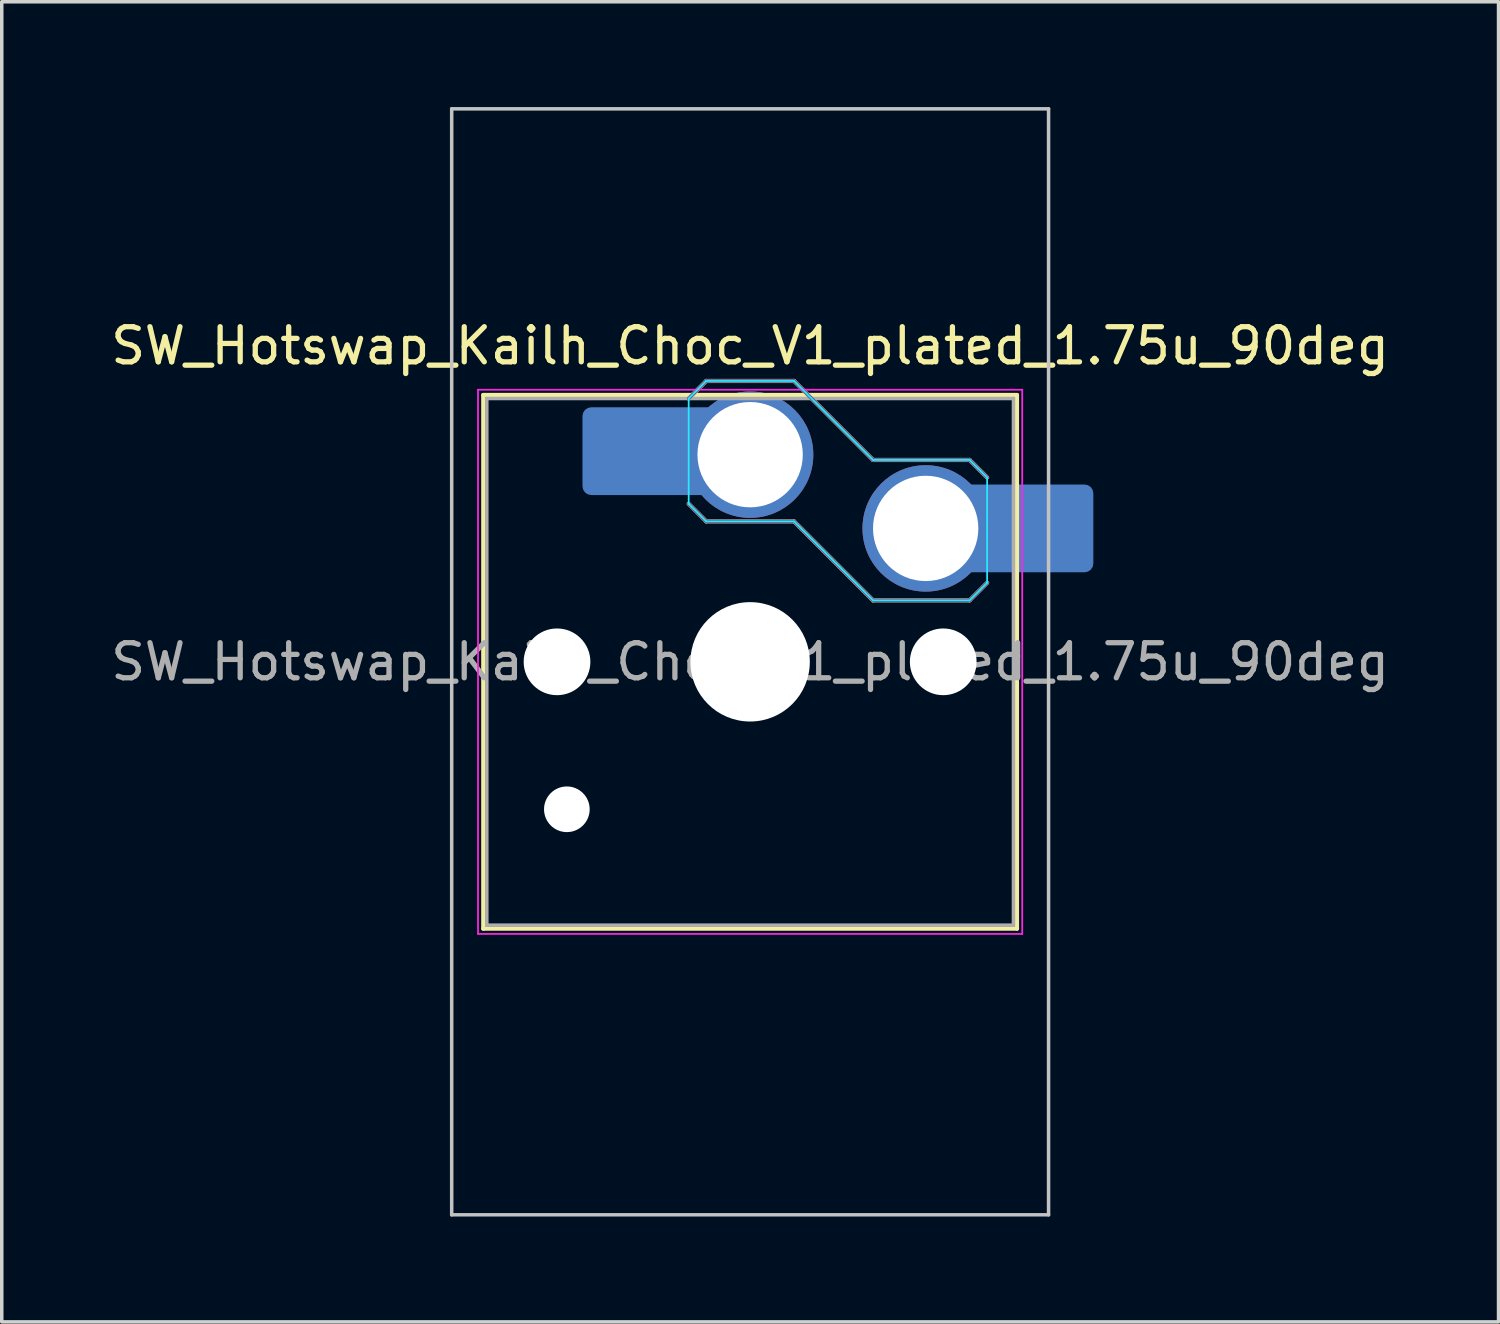
<source format=kicad_pcb>
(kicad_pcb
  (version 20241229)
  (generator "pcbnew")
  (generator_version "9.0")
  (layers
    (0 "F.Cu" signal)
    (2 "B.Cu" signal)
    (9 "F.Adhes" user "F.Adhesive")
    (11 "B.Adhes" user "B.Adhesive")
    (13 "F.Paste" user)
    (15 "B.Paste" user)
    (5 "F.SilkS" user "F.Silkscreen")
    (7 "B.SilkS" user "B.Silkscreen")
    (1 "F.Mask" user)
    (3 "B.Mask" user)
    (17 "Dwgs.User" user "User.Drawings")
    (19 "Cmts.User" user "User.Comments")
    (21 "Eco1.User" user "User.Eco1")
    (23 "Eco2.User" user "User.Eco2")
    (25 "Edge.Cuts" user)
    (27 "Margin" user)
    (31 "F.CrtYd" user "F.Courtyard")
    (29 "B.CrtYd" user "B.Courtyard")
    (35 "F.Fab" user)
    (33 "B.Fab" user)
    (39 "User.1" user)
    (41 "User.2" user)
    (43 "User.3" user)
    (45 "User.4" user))
  (footprint "SW_Hotswap_Kailh_Choc_V1_plated_1.75u_90deg"
    (layer "F.Cu")
    (at 18.315 15.8)
    (property "Reference" "SW_Hotswap_Kailh_Choc_V1_plated_1.75u_90deg" (at 0 -9 0) (layer "F.SilkS") (effects (font (size 1 1) (thickness 0.15))))
    (attr smd)
    (fp_line (start -7.6 -7.6) (end -7.6 7.6) (stroke (width 0.12) (type solid)) (layer "F.SilkS"))
    (fp_line (start -7.6 7.6) (end 7.6 7.6) (stroke (width 0.12) (type solid)) (layer "F.SilkS"))
    (fp_line (start 7.6 -7.6) (end -7.6 -7.6) (stroke (width 0.12) (type solid)) (layer "F.SilkS"))
    (fp_line (start 7.6 7.6) (end 7.6 -7.6) (stroke (width 0.12) (type solid)) (layer "F.SilkS"))
    (fp_line (start -1.75 -7.5) (end -1.25 -8) (stroke (width 0.12) (type solid)) (layer "B.SilkS"))
    (fp_line (start -1.25 -8) (end 1.25 -8) (stroke (width 0.12) (type solid)) (layer "B.SilkS"))
    (fp_line (start -1.25 -4) (end -1.75 -4.5) (stroke (width 0.12) (type solid)) (layer "B.SilkS"))
    (fp_line (start 1.25 -8) (end 3.5 -5.75) (stroke (width 0.12) (type solid)) (layer "B.SilkS"))
    (fp_line (start 1.25 -4) (end -1.25 -4) (stroke (width 0.12) (type solid)) (layer "B.SilkS"))
    (fp_line (start 3.5 -5.75) (end 6.25 -5.75) (stroke (width 0.12) (type solid)) (layer "B.SilkS"))
    (fp_line (start 3.5 -1.75) (end 1.25 -4) (stroke (width 0.12) (type solid)) (layer "B.SilkS"))
    (fp_line (start 6.25 -5.75) (end 6.75 -5.25) (stroke (width 0.12) (type solid)) (layer "B.SilkS"))
    (fp_line (start 6.25 -1.75) (end 3.5 -1.75) (stroke (width 0.12) (type solid)) (layer "B.SilkS"))
    (fp_line (start 6.75 -2.25) (end 6.25 -1.75) (stroke (width 0.12) (type solid)) (layer "B.SilkS"))
    (fp_line (start -8.5 -15.75) (end 8.5 -15.75) (stroke (width 0.1) (type solid)) (layer "Dwgs.User"))
    (fp_line (start -8.5 15.75) (end -8.5 -15.75) (stroke (width 0.1) (type solid)) (layer "Dwgs.User"))
    (fp_line (start 8.5 -15.75) (end 8.5 15.75) (stroke (width 0.1) (type solid)) (layer "Dwgs.User"))
    (fp_line (start 8.5 15.75) (end -8.5 15.75) (stroke (width 0.1) (type solid)) (layer "Dwgs.User"))
    (fp_line (start -7.25 -7.25) (end -7.25 7.25) (stroke (width 0.1) (type solid)) (layer "Eco1.User"))
    (fp_line (start -7.25 7.25) (end 7.25 7.25) (stroke (width 0.1) (type solid)) (layer "Eco1.User"))
    (fp_line (start 7.25 -7.25) (end -7.25 -7.25) (stroke (width 0.1) (type solid)) (layer "Eco1.User"))
    (fp_line (start 7.25 7.25) (end 7.25 -7.25) (stroke (width 0.1) (type solid)) (layer "Eco1.User"))
    (fp_line (start -1.75 -7.5) (end -1.25 -8) (stroke (width 0.05) (type solid)) (layer "B.CrtYd"))
    (fp_line (start -1.75 -4.5) (end -1.75 -7.5) (stroke (width 0.05) (type solid)) (layer "B.CrtYd"))
    (fp_line (start -1.25 -8) (end 1.25 -8) (stroke (width 0.05) (type solid)) (layer "B.CrtYd"))
    (fp_line (start -1.25 -4) (end -1.75 -4.5) (stroke (width 0.05) (type solid)) (layer "B.CrtYd"))
    (fp_line (start 1.25 -8) (end 3.5 -5.75) (stroke (width 0.05) (type solid)) (layer "B.CrtYd"))
    (fp_line (start 1.25 -4) (end -1.25 -4) (stroke (width 0.05) (type solid)) (layer "B.CrtYd"))
    (fp_line (start 3.5 -5.75) (end 6.25 -5.75) (stroke (width 0.05) (type solid)) (layer "B.CrtYd"))
    (fp_line (start 3.5 -1.75) (end 1.25 -4) (stroke (width 0.05) (type solid)) (layer "B.CrtYd"))
    (fp_line (start 6.25 -5.75) (end 6.75 -5.25) (stroke (width 0.05) (type solid)) (layer "B.CrtYd"))
    (fp_line (start 6.25 -1.75) (end 3.5 -1.75) (stroke (width 0.05) (type solid)) (layer "B.CrtYd"))
    (fp_line (start 6.75 -5.25) (end 6.75 -2.25) (stroke (width 0.05) (type solid)) (layer "B.CrtYd"))
    (fp_line (start 6.75 -2.25) (end 6.25 -1.75) (stroke (width 0.05) (type solid)) (layer "B.CrtYd"))
    (fp_line (start -7.75 -7.75) (end -7.75 7.75) (stroke (width 0.05) (type solid)) (layer "F.CrtYd"))
    (fp_line (start -7.75 7.75) (end 7.75 7.75) (stroke (width 0.05) (type solid)) (layer "F.CrtYd"))
    (fp_line (start 7.75 -7.75) (end -7.75 -7.75) (stroke (width 0.05) (type solid)) (layer "F.CrtYd"))
    (fp_line (start 7.75 7.75) (end 7.75 -7.75) (stroke (width 0.05) (type solid)) (layer "F.CrtYd"))
    (fp_line (start -1.75 -7.5) (end -1.25 -8) (stroke (width 0.1) (type solid)) (layer "B.Fab"))
    (fp_line (start -1.25 -8) (end 1.25 -8) (stroke (width 0.1) (type solid)) (layer "B.Fab"))
    (fp_line (start -1.25 -4) (end -1.75 -4.5) (stroke (width 0.1) (type solid)) (layer "B.Fab"))
    (fp_line (start 1.25 -8) (end 3.5 -5.75) (stroke (width 0.1) (type solid)) (layer "B.Fab"))
    (fp_line (start 1.25 -4) (end -1.25 -4) (stroke (width 0.1) (type solid)) (layer "B.Fab"))
    (fp_line (start 3.5 -5.75) (end 6.25 -5.75) (stroke (width 0.1) (type solid)) (layer "B.Fab"))
    (fp_line (start 3.5 -1.75) (end 1.25 -4) (stroke (width 0.1) (type solid)) (layer "B.Fab"))
    (fp_line (start 6.25 -5.75) (end 6.75 -5.25) (stroke (width 0.1) (type solid)) (layer "B.Fab"))
    (fp_line (start 6.25 -1.75) (end 3.5 -1.75) (stroke (width 0.1) (type solid)) (layer "B.Fab"))
    (fp_line (start 6.75 -2.25) (end 6.25 -1.75) (stroke (width 0.1) (type solid)) (layer "B.Fab"))
    (fp_line (start -7.5 -7.5) (end -7.5 7.5) (stroke (width 0.1) (type solid)) (layer "F.Fab"))
    (fp_line (start -7.5 7.5) (end 7.5 7.5) (stroke (width 0.1) (type solid)) (layer "F.Fab"))
    (fp_line (start 7.5 -7.5) (end -7.5 -7.5) (stroke (width 0.1) (type solid)) (layer "F.Fab"))
    (fp_line (start 7.5 7.5) (end 7.5 -7.5) (stroke (width 0.1) (type solid)) (layer "F.Fab"))
    (fp_text user "${REFERENCE}" (at 0 0 0) (layer "F.Fab") (effects (font (size 1 1) (thickness 0.15))))
    (pad "" np_thru_hole circle (at -5.5 0) (size 1.9 1.9) (drill 1.9) (layers "*.Cu" "*.Mask"))
    (pad "" np_thru_hole circle (at -5.22 4.2) (size 1.3 1.3) (drill 1.3) (layers "*.Cu" "*.Mask"))
    (pad "" smd roundrect (at -3.5 -6) (size 2.55 2.5) (layers "B.Mask" "B.Paste") (roundrect_rratio 0.1))
    (pad "" np_thru_hole circle (at 0 0) (size 3.4 3.4) (drill 3.4) (layers "*.Cu" "*.Mask"))
    (pad "" np_thru_hole circle (at 5.5 0) (size 1.9 1.9) (drill 1.9) (layers "*.Cu" "*.Mask"))
    (pad "" smd roundrect (at 8.5 -3.8) (size 2.55 2.5) (layers "B.Mask" "B.Paste") (roundrect_rratio 0.1))
    (pad "1" smd roundrect (at -2.85 -6) (size 3.85 2.5) (layers "B.Cu") (roundrect_rratio 0.1))
    (pad "1" thru_hole circle (at 0 -5.9) (size 3.6 3.6) (drill 3) (layers "*.Cu" "B.Mask"))
    (pad "2" thru_hole circle (at 5 -3.8) (size 3.6 3.6) (drill 3) (layers "*.Cu" "B.Mask"))
    (pad "2" smd roundrect (at 7.85 -3.8) (size 3.85 2.5) (layers "B.Cu") (roundrect_rratio 0.1)))
  (gr_rect
    (start -3 -3)
    (end 39.631 34.6)
    (stroke (width 0.1) (type default))
    (fill no)
    (layer "Edge.Cuts")))
</source>
